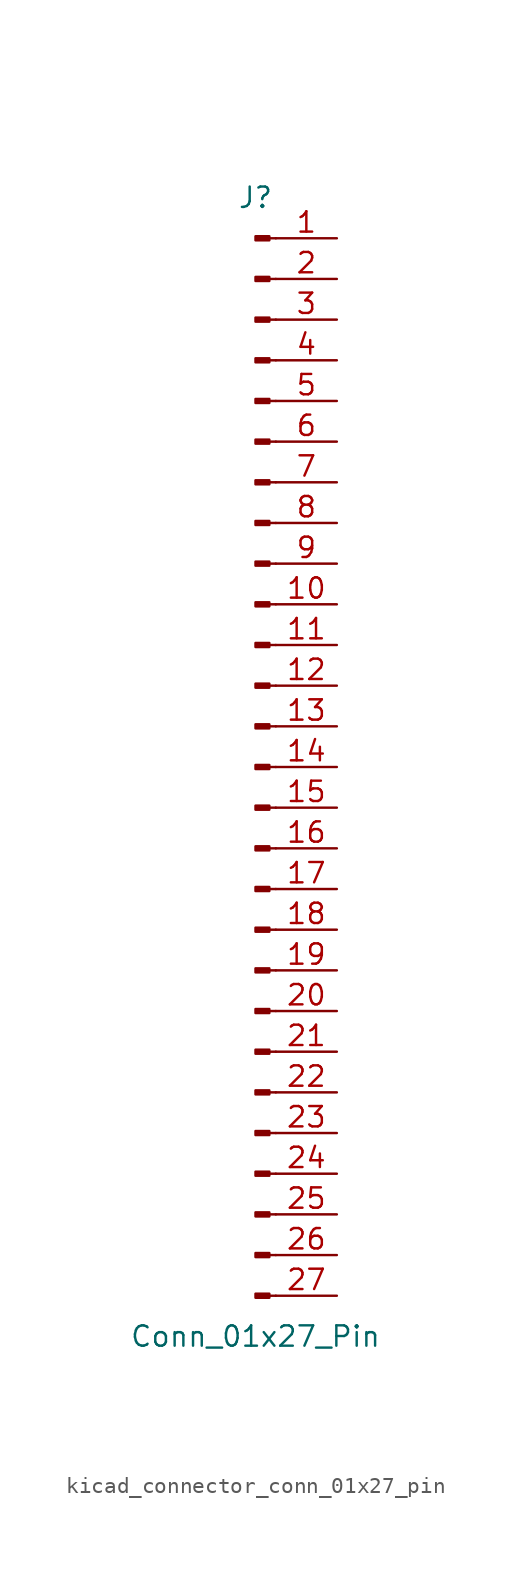
<source format=kicad_sym>
(kicad_symbol_lib
  (version 20220914)
  (generator kicad_symbol_editor)
  (symbol "kicad_connector_conn_01x27_pin"
    (pin_names
      (offset 1.016) hide)
    (property "Reference" "J"
      (at 0 35.56 0)
      (effects (font (size 1.27 1.27))))
    (property "Value" "Conn_01x27_Pin"
      (at 0 -35.56 0)
      (effects (font (size 1.27 1.27))))
    (property "ki_locked" ""
      (at 0 0 0)
      (effects (font (size 1.27 1.27))))
    (symbol "kicad_connector_conn_01x27_pin_1_1"
      (polyline (pts (xy 1.27 -33.02) (xy 0.864 -33.02)) (stroke (width 0.152) (type default)) (fill (type none)))
      (polyline (pts (xy 1.27 -30.48) (xy 0.864 -30.48)) (stroke (width 0.152) (type default)) (fill (type none)))
      (polyline (pts (xy 1.27 -27.94) (xy 0.864 -27.94)) (stroke (width 0.152) (type default)) (fill (type none)))
      (polyline (pts (xy 1.27 -25.4) (xy 0.864 -25.4)) (stroke (width 0.152) (type default)) (fill (type none)))
      (polyline (pts (xy 1.27 -22.86) (xy 0.864 -22.86)) (stroke (width 0.152) (type default)) (fill (type none)))
      (polyline (pts (xy 1.27 -20.32) (xy 0.864 -20.32)) (stroke (width 0.152) (type default)) (fill (type none)))
      (polyline (pts (xy 1.27 -17.78) (xy 0.864 -17.78)) (stroke (width 0.152) (type default)) (fill (type none)))
      (polyline (pts (xy 1.27 -15.24) (xy 0.864 -15.24)) (stroke (width 0.152) (type default)) (fill (type none)))
      (polyline (pts (xy 1.27 -12.7) (xy 0.864 -12.7)) (stroke (width 0.152) (type default)) (fill (type none)))
      (polyline (pts (xy 1.27 -10.16) (xy 0.864 -10.16)) (stroke (width 0.152) (type default)) (fill (type none)))
      (polyline (pts (xy 1.27 -7.62) (xy 0.864 -7.62)) (stroke (width 0.152) (type default)) (fill (type none)))
      (polyline (pts (xy 1.27 -5.08) (xy 0.864 -5.08)) (stroke (width 0.152) (type default)) (fill (type none)))
      (polyline (pts (xy 1.27 -2.54) (xy 0.864 -2.54)) (stroke (width 0.152) (type default)) (fill (type none)))
      (polyline (pts (xy 1.27 0) (xy 0.864 0)) (stroke (width 0.152) (type default)) (fill (type none)))
      (polyline (pts (xy 1.27 2.54) (xy 0.864 2.54)) (stroke (width 0.152) (type default)) (fill (type none)))
      (polyline (pts (xy 1.27 5.08) (xy 0.864 5.08)) (stroke (width 0.152) (type default)) (fill (type none)))
      (polyline (pts (xy 1.27 7.62) (xy 0.864 7.62)) (stroke (width 0.152) (type default)) (fill (type none)))
      (polyline (pts (xy 1.27 10.16) (xy 0.864 10.16)) (stroke (width 0.152) (type default)) (fill (type none)))
      (polyline (pts (xy 1.27 12.7) (xy 0.864 12.7)) (stroke (width 0.152) (type default)) (fill (type none)))
      (polyline (pts (xy 1.27 15.24) (xy 0.864 15.24)) (stroke (width 0.152) (type default)) (fill (type none)))
      (polyline (pts (xy 1.27 17.78) (xy 0.864 17.78)) (stroke (width 0.152) (type default)) (fill (type none)))
      (polyline (pts (xy 1.27 20.32) (xy 0.864 20.32)) (stroke (width 0.152) (type default)) (fill (type none)))
      (polyline (pts (xy 1.27 22.86) (xy 0.864 22.86)) (stroke (width 0.152) (type default)) (fill (type none)))
      (polyline (pts (xy 1.27 25.4) (xy 0.864 25.4)) (stroke (width 0.152) (type default)) (fill (type none)))
      (polyline (pts (xy 1.27 27.94) (xy 0.864 27.94)) (stroke (width 0.152) (type default)) (fill (type none)))
      (polyline (pts (xy 1.27 30.48) (xy 0.864 30.48)) (stroke (width 0.152) (type default)) (fill (type none)))
      (polyline (pts (xy 1.27 33.02) (xy 0.864 33.02)) (stroke (width 0.152) (type default)) (fill (type none)))
      (rectangle (start 0.864 -32.893) (end 0 -33.147) (stroke (width 0.152) (type default)) (fill (type outline)))
      (rectangle (start 0.864 -30.353) (end 0 -30.607) (stroke (width 0.152) (type default)) (fill (type outline)))
      (rectangle (start 0.864 -27.813) (end 0 -28.067) (stroke (width 0.152) (type default)) (fill (type outline)))
      (rectangle (start 0.864 -25.273) (end 0 -25.527) (stroke (width 0.152) (type default)) (fill (type outline)))
      (rectangle (start 0.864 -22.733) (end 0 -22.987) (stroke (width 0.152) (type default)) (fill (type outline)))
      (rectangle (start 0.864 -20.193) (end 0 -20.447) (stroke (width 0.152) (type default)) (fill (type outline)))
      (rectangle (start 0.864 -17.653) (end 0 -17.907) (stroke (width 0.152) (type default)) (fill (type outline)))
      (rectangle (start 0.864 -15.113) (end 0 -15.367) (stroke (width 0.152) (type default)) (fill (type outline)))
      (rectangle (start 0.864 -12.573) (end 0 -12.827) (stroke (width 0.152) (type default)) (fill (type outline)))
      (rectangle (start 0.864 -10.033) (end 0 -10.287) (stroke (width 0.152) (type default)) (fill (type outline)))
      (rectangle (start 0.864 -7.493) (end 0 -7.747) (stroke (width 0.152) (type default)) (fill (type outline)))
      (rectangle (start 0.864 -4.953) (end 0 -5.207) (stroke (width 0.152) (type default)) (fill (type outline)))
      (rectangle (start 0.864 -2.413) (end 0 -2.667) (stroke (width 0.152) (type default)) (fill (type outline)))
      (rectangle (start 0.864 0.127) (end 0 -0.127) (stroke (width 0.152) (type default)) (fill (type outline)))
      (rectangle (start 0.864 2.667) (end 0 2.413) (stroke (width 0.152) (type default)) (fill (type outline)))
      (rectangle (start 0.864 5.207) (end 0 4.953) (stroke (width 0.152) (type default)) (fill (type outline)))
      (rectangle (start 0.864 7.747) (end 0 7.493) (stroke (width 0.152) (type default)) (fill (type outline)))
      (rectangle (start 0.864 10.287) (end 0 10.033) (stroke (width 0.152) (type default)) (fill (type outline)))
      (rectangle (start 0.864 12.827) (end 0 12.573) (stroke (width 0.152) (type default)) (fill (type outline)))
      (rectangle (start 0.864 15.367) (end 0 15.113) (stroke (width 0.152) (type default)) (fill (type outline)))
      (rectangle (start 0.864 17.907) (end 0 17.653) (stroke (width 0.152) (type default)) (fill (type outline)))
      (rectangle (start 0.864 20.447) (end 0 20.193) (stroke (width 0.152) (type default)) (fill (type outline)))
      (rectangle (start 0.864 22.987) (end 0 22.733) (stroke (width 0.152) (type default)) (fill (type outline)))
      (rectangle (start 0.864 25.527) (end 0 25.273) (stroke (width 0.152) (type default)) (fill (type outline)))
      (rectangle (start 0.864 28.067) (end 0 27.813) (stroke (width 0.152) (type default)) (fill (type outline)))
      (rectangle (start 0.864 30.607) (end 0 30.353) (stroke (width 0.152) (type default)) (fill (type outline)))
      (rectangle (start 0.864 33.147) (end 0 32.893) (stroke (width 0.152) (type default)) (fill (type outline)))
      (pin passive line (at 5.08 33.02 180) (length 3.81) (name "Pin_1" (effects (font (size 1.27 1.27)))) (number "1" (effects (font (size 1.27 1.27)))))
      (pin passive line (at 5.08 10.16 180) (length 3.81) (name "Pin_10" (effects (font (size 1.27 1.27)))) (number "10" (effects (font (size 1.27 1.27)))))
      (pin passive line (at 5.08 7.62 180) (length 3.81) (name "Pin_11" (effects (font (size 1.27 1.27)))) (number "11" (effects (font (size 1.27 1.27)))))
      (pin passive line (at 5.08 5.08 180) (length 3.81) (name "Pin_12" (effects (font (size 1.27 1.27)))) (number "12" (effects (font (size 1.27 1.27)))))
      (pin passive line (at 5.08 2.54 180) (length 3.81) (name "Pin_13" (effects (font (size 1.27 1.27)))) (number "13" (effects (font (size 1.27 1.27)))))
      (pin passive line (at 5.08 0 180) (length 3.81) (name "Pin_14" (effects (font (size 1.27 1.27)))) (number "14" (effects (font (size 1.27 1.27)))))
      (pin passive line (at 5.08 -2.54 180) (length 3.81) (name "Pin_15" (effects (font (size 1.27 1.27)))) (number "15" (effects (font (size 1.27 1.27)))))
      (pin passive line (at 5.08 -5.08 180) (length 3.81) (name "Pin_16" (effects (font (size 1.27 1.27)))) (number "16" (effects (font (size 1.27 1.27)))))
      (pin passive line (at 5.08 -7.62 180) (length 3.81) (name "Pin_17" (effects (font (size 1.27 1.27)))) (number "17" (effects (font (size 1.27 1.27)))))
      (pin passive line (at 5.08 -10.16 180) (length 3.81) (name "Pin_18" (effects (font (size 1.27 1.27)))) (number "18" (effects (font (size 1.27 1.27)))))
      (pin passive line (at 5.08 -12.7 180) (length 3.81) (name "Pin_19" (effects (font (size 1.27 1.27)))) (number "19" (effects (font (size 1.27 1.27)))))
      (pin passive line (at 5.08 30.48 180) (length 3.81) (name "Pin_2" (effects (font (size 1.27 1.27)))) (number "2" (effects (font (size 1.27 1.27)))))
      (pin passive line (at 5.08 -15.24 180) (length 3.81) (name "Pin_20" (effects (font (size 1.27 1.27)))) (number "20" (effects (font (size 1.27 1.27)))))
      (pin passive line (at 5.08 -17.78 180) (length 3.81) (name "Pin_21" (effects (font (size 1.27 1.27)))) (number "21" (effects (font (size 1.27 1.27)))))
      (pin passive line (at 5.08 -20.32 180) (length 3.81) (name "Pin_22" (effects (font (size 1.27 1.27)))) (number "22" (effects (font (size 1.27 1.27)))))
      (pin passive line (at 5.08 -22.86 180) (length 3.81) (name "Pin_23" (effects (font (size 1.27 1.27)))) (number "23" (effects (font (size 1.27 1.27)))))
      (pin passive line (at 5.08 -25.4 180) (length 3.81) (name "Pin_24" (effects (font (size 1.27 1.27)))) (number "24" (effects (font (size 1.27 1.27)))))
      (pin passive line (at 5.08 -27.94 180) (length 3.81) (name "Pin_25" (effects (font (size 1.27 1.27)))) (number "25" (effects (font (size 1.27 1.27)))))
      (pin passive line (at 5.08 -30.48 180) (length 3.81) (name "Pin_26" (effects (font (size 1.27 1.27)))) (number "26" (effects (font (size 1.27 1.27)))))
      (pin passive line (at 5.08 -33.02 180) (length 3.81) (name "Pin_27" (effects (font (size 1.27 1.27)))) (number "27" (effects (font (size 1.27 1.27)))))
      (pin passive line (at 5.08 27.94 180) (length 3.81) (name "Pin_3" (effects (font (size 1.27 1.27)))) (number "3" (effects (font (size 1.27 1.27)))))
      (pin passive line (at 5.08 25.4 180) (length 3.81) (name "Pin_4" (effects (font (size 1.27 1.27)))) (number "4" (effects (font (size 1.27 1.27)))))
      (pin passive line (at 5.08 22.86 180) (length 3.81) (name "Pin_5" (effects (font (size 1.27 1.27)))) (number "5" (effects (font (size 1.27 1.27)))))
      (pin passive line (at 5.08 20.32 180) (length 3.81) (name "Pin_6" (effects (font (size 1.27 1.27)))) (number "6" (effects (font (size 1.27 1.27)))))
      (pin passive line (at 5.08 17.78 180) (length 3.81) (name "Pin_7" (effects (font (size 1.27 1.27)))) (number "7" (effects (font (size 1.27 1.27)))))
      (pin passive line (at 5.08 15.24 180) (length 3.81) (name "Pin_8" (effects (font (size 1.27 1.27)))) (number "8" (effects (font (size 1.27 1.27)))))
      (pin passive line (at 5.08 12.7 180) (length 3.81) (name "Pin_9" (effects (font (size 1.27 1.27)))) (number "9" (effects (font (size 1.27 1.27))))))))
</source>
